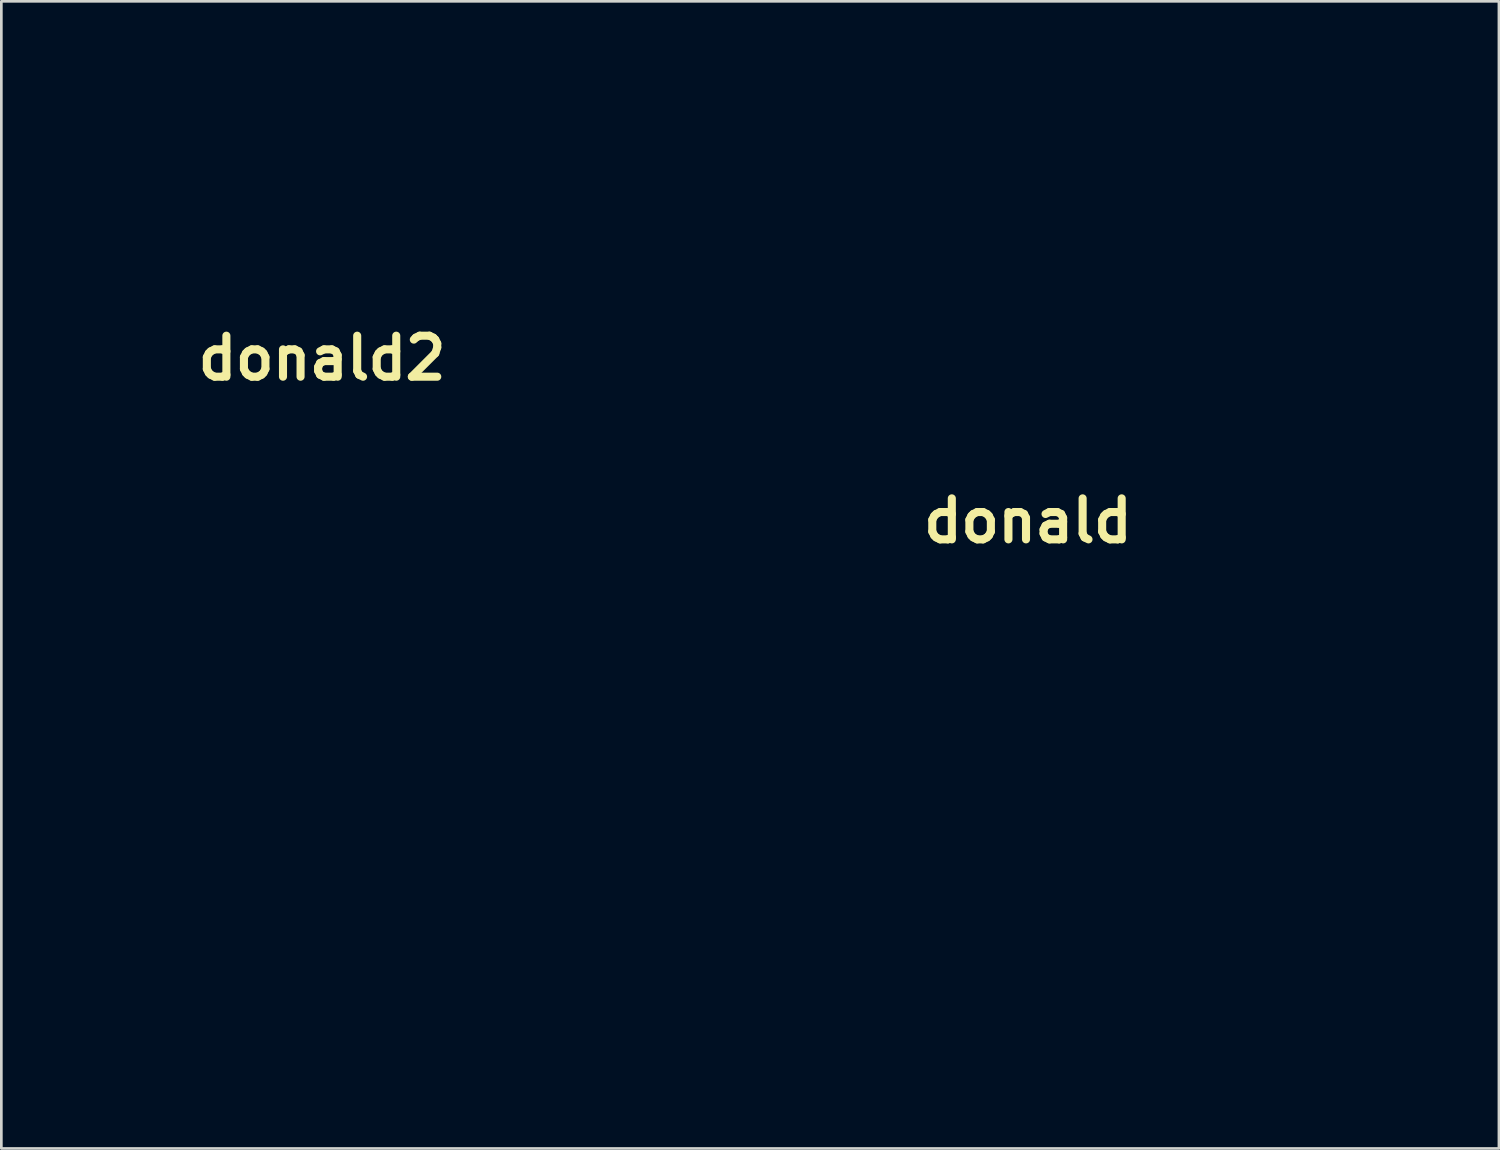
<source format=kicad_pcb>
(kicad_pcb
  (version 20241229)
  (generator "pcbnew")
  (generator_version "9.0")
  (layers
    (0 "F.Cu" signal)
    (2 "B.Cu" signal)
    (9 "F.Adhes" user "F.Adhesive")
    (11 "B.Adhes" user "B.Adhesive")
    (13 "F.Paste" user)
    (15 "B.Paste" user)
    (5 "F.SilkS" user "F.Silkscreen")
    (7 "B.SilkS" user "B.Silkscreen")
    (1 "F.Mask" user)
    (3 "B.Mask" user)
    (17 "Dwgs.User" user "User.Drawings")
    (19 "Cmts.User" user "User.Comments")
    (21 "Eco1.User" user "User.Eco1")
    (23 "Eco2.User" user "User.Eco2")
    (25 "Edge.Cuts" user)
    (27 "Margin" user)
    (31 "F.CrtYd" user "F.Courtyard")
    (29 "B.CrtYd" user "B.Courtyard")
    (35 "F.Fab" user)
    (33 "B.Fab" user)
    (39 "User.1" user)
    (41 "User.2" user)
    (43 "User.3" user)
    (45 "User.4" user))
  (footprint "donald2"
    (layer "F.Cu")
    (at 8.92 10.262)
    (property "Reference" "donald2" (at 0 0 0) (layer "F.SilkS") (effects (font (size 1.524 1.524) (thickness 0.3))))
    (attr through_hole)
    (fp_poly (pts (xy -7.501 12.7) (xy -7.586 12.784) (xy -7.671 12.7) (xy -7.586 12.616) (xy -7.501 12.7)) (stroke (width 0.01) (type solid)) (fill no) (layer "Eco2.User"))
    (fp_poly (pts (xy -0.817 -10.257) (xy -0.162 -10.224) (xy 0.46 -10.146) (xy 0.682 -10.1) (xy 1.783 -9.81) (xy 2.59 -9.579) (xy 3.141 -9.394) (xy 3.476 -9.244) (xy 3.58 -9.173) (xy 3.945 -8.956) (xy 4.262 -8.837) (xy 5.113 -8.541) (xy 5.844 -8.132) (xy 6.528 -7.553) (xy 7.24 -6.747) (xy 7.586 -6.3) (xy 8.327 -5.247) (xy 8.834 -4.352) (xy 9.132 -3.548) (xy 9.245 -2.772) (xy 9.199 -1.982) (xy 9.063 -1.354) (xy 8.86 -0.79) (xy 8.723 -0.545) (xy 8.509 -0.123) (xy 8.305 0.484) (xy 8.184 1) (xy 7.884 2.278) (xy 7.493 3.285) (xy 6.984 4.08) (xy 6.561 4.526) (xy 6 4.963) (xy 5.527 5.192) (xy 5.377 5.215) (xy 5.032 5.302) (xy 4.859 5.624) (xy 4.846 5.677) (xy 4.705 6.251) (xy 4.583 6.568) (xy 4.439 6.703) (xy 4.258 6.728) (xy 3.976 6.879) (xy 3.78 7.267) (xy 3.695 7.803) (xy 3.747 8.393) (xy 3.777 8.511) (xy 4.001 9.013) (xy 4.363 9.551) (xy 4.508 9.721) (xy 4.835 10.089) (xy 4.954 10.307) (xy 4.889 10.466) (xy 4.754 10.588) (xy 4.522 10.927) (xy 4.372 11.41) (xy 4.363 11.473) (xy 4.33 11.825) (xy 4.3 12.108) (xy 4.239 12.33) (xy 4.113 12.498) (xy 3.889 12.619) (xy 3.531 12.701) (xy 3.007 12.751) (xy 2.282 12.777) (xy 1.322 12.786) (xy 0.093 12.786) (xy -1.439 12.784) (xy -1.642 12.784) (xy -7.351 12.784) (xy -6.79 12.013) (xy -6.428 11.527) (xy -6.178 11.248) (xy -5.96 11.105) (xy -5.691 11.031) (xy -5.628 11.018) (xy -5.254 10.874) (xy -4.838 10.611) (xy -4.467 10.302) (xy -4.234 10.022) (xy -4.207 9.864) (xy -4.372 9.636) (xy -4.68 9.247) (xy -4.958 8.909) (xy -5.679 7.931) (xy -6.199 6.925) (xy -6.573 5.771) (xy -6.729 5.069) (xy -6.88 4.4) (xy -7.034 3.878) (xy -7.168 3.576) (xy -7.22 3.532) (xy -3.284 3.532) (xy -2.643 3.532) (xy -2.228 3.516) (xy -2.07 3.409) (xy -2.086 3.126) (xy -2.113 2.988) (xy -2.283 2.483) (xy -2.523 2.152) (xy -2.779 2.057) (xy -2.903 2.124) (xy -3.047 2.398) (xy -3.169 2.841) (xy -3.182 2.916) (xy -3.284 3.532) (xy -7.22 3.532) (xy -7.223 3.53) (xy -7.484 3.469) (xy -7.683 3.262) (xy -7.84 2.858) (xy -7.979 2.207) (xy -8.085 1.504) (xy -8.23 0.509) (xy -8.401 -0.609) (xy -8.571 -1.654) (xy -8.622 -1.957) (xy -8.915 -3.662) (xy -8.404 -4.732) (xy -7.987 -5.466) (xy -7.45 -6.136) (xy -6.744 -6.783) (xy -5.821 -7.452) (xy -4.634 -8.186) (xy -4.432 -8.303) (xy -3.685 -8.751) (xy -3.005 -9.187) (xy -2.472 -9.559) (xy -2.181 -9.798) (xy -1.838 -10.083) (xy -1.461 -10.22) (xy -0.907 -10.257) (xy -0.817 -10.257)) (stroke (width 0.01) (type solid)) (fill no) (layer "Eco2.User")))
  (footprint "donald"
    (layer "F.Cu")
    (at 35.158 16.308)
    (property "Reference" "donald" (at 0 0 0) (layer "F.SilkS") (effects (font (size 1.524 1.524) (thickness 0.3))))
    (attr through_hole)
    (fp_poly (pts (xy -11.764 20.186) (xy -11.898 20.32) (xy -12.032 20.186) (xy -11.898 20.053) (xy -11.764 20.186)) (stroke (width 0.01) (type solid)) (fill no) (layer "Eco2.User"))
    (fp_poly (pts (xy -1.282 -16.303) (xy -0.254 -16.251) (xy 0.722 -16.127) (xy 1.069 -16.054) (xy 2.797 -15.593) (xy 4.062 -15.226) (xy 4.927 -14.932) (xy 5.452 -14.692) (xy 5.615 -14.58) (xy 6.188 -14.235) (xy 6.684 -14.047) (xy 8.02 -13.576) (xy 9.166 -12.925) (xy 10.239 -12.005) (xy 11.355 -10.724) (xy 11.898 -10.014) (xy 13.06 -8.341) (xy 13.856 -6.917) (xy 14.323 -5.639) (xy 14.5 -4.407) (xy 14.429 -3.15) (xy 14.215 -2.152) (xy 13.896 -1.256) (xy 13.682 -0.867) (xy 13.346 -0.196) (xy 13.025 0.77) (xy 12.836 1.589) (xy 12.366 3.621) (xy 11.753 5.221) (xy 10.953 6.485) (xy 10.29 7.194) (xy 9.41 7.889) (xy 8.669 8.252) (xy 8.433 8.288) (xy 7.892 8.428) (xy 7.62 8.939) (xy 7.6 9.024) (xy 7.38 9.936) (xy 7.189 10.44) (xy 6.962 10.654) (xy 6.679 10.695) (xy 6.236 10.933) (xy 5.929 11.551) (xy 5.796 12.402) (xy 5.877 13.34) (xy 5.923 13.527) (xy 6.276 14.326) (xy 6.842 15.181) (xy 7.07 15.451) (xy 7.584 16.036) (xy 7.769 16.382) (xy 7.667 16.636) (xy 7.456 16.829) (xy 7.092 17.368) (xy 6.857 18.136) (xy 6.843 18.237) (xy 6.791 18.796) (xy 6.744 19.246) (xy 6.649 19.598) (xy 6.451 19.865) (xy 6.099 20.057) (xy 5.539 20.188) (xy 4.716 20.268) (xy 3.579 20.309) (xy 2.073 20.324) (xy 0.146 20.324) (xy -2.256 20.32) (xy -2.575 20.32) (xy -11.53 20.32) (xy -10.65 19.095) (xy -10.082 18.322) (xy -9.69 17.878) (xy -9.347 17.652) (xy -8.927 17.533) (xy -8.827 17.513) (xy -8.241 17.283) (xy -7.587 16.865) (xy -7.007 16.375) (xy -6.641 15.929) (xy -6.599 15.678) (xy -6.857 15.316) (xy -7.339 14.698) (xy -7.776 14.161) (xy -8.907 12.607) (xy -9.722 11.008) (xy -10.309 9.173) (xy -10.554 8.057) (xy -10.791 6.994) (xy -11.032 6.164) (xy -11.243 5.684) (xy -11.325 5.615) (xy -5.15 5.615) (xy -4.146 5.615) (xy -3.495 5.588) (xy -3.247 5.419) (xy -3.272 4.968) (xy -3.315 4.749) (xy -3.581 3.947) (xy -3.958 3.421) (xy -4.358 3.269) (xy -4.553 3.377) (xy -4.779 3.812) (xy -4.97 4.516) (xy -4.991 4.635) (xy -5.15 5.615) (xy -11.325 5.615) (xy -11.329 5.611) (xy -11.738 5.514) (xy -12.05 5.185) (xy -12.297 4.543) (xy -12.514 3.508) (xy -12.681 2.39) (xy -12.907 0.809) (xy -13.177 -0.967) (xy -13.442 -2.629) (xy -13.523 -3.11) (xy -13.983 -5.82) (xy -13.181 -7.522) (xy -12.527 -8.689) (xy -11.684 -9.752) (xy -10.578 -10.781) (xy -9.131 -11.845) (xy -7.268 -13.012) (xy -6.952 -13.198) (xy -5.779 -13.909) (xy -4.714 -14.602) (xy -3.878 -15.193) (xy -3.421 -15.574) (xy -2.883 -16.027) (xy -2.292 -16.244) (xy -1.423 -16.303) (xy -1.282 -16.303)) (stroke (width 0.01) (type solid)) (fill no) (layer "Eco2.User")))
  (gr_rect
    (start -3 -3)
    (end 52.663 39.637)
    (stroke (width 0.1) (type default))
    (fill no)
    (layer "Edge.Cuts")))
</source>
